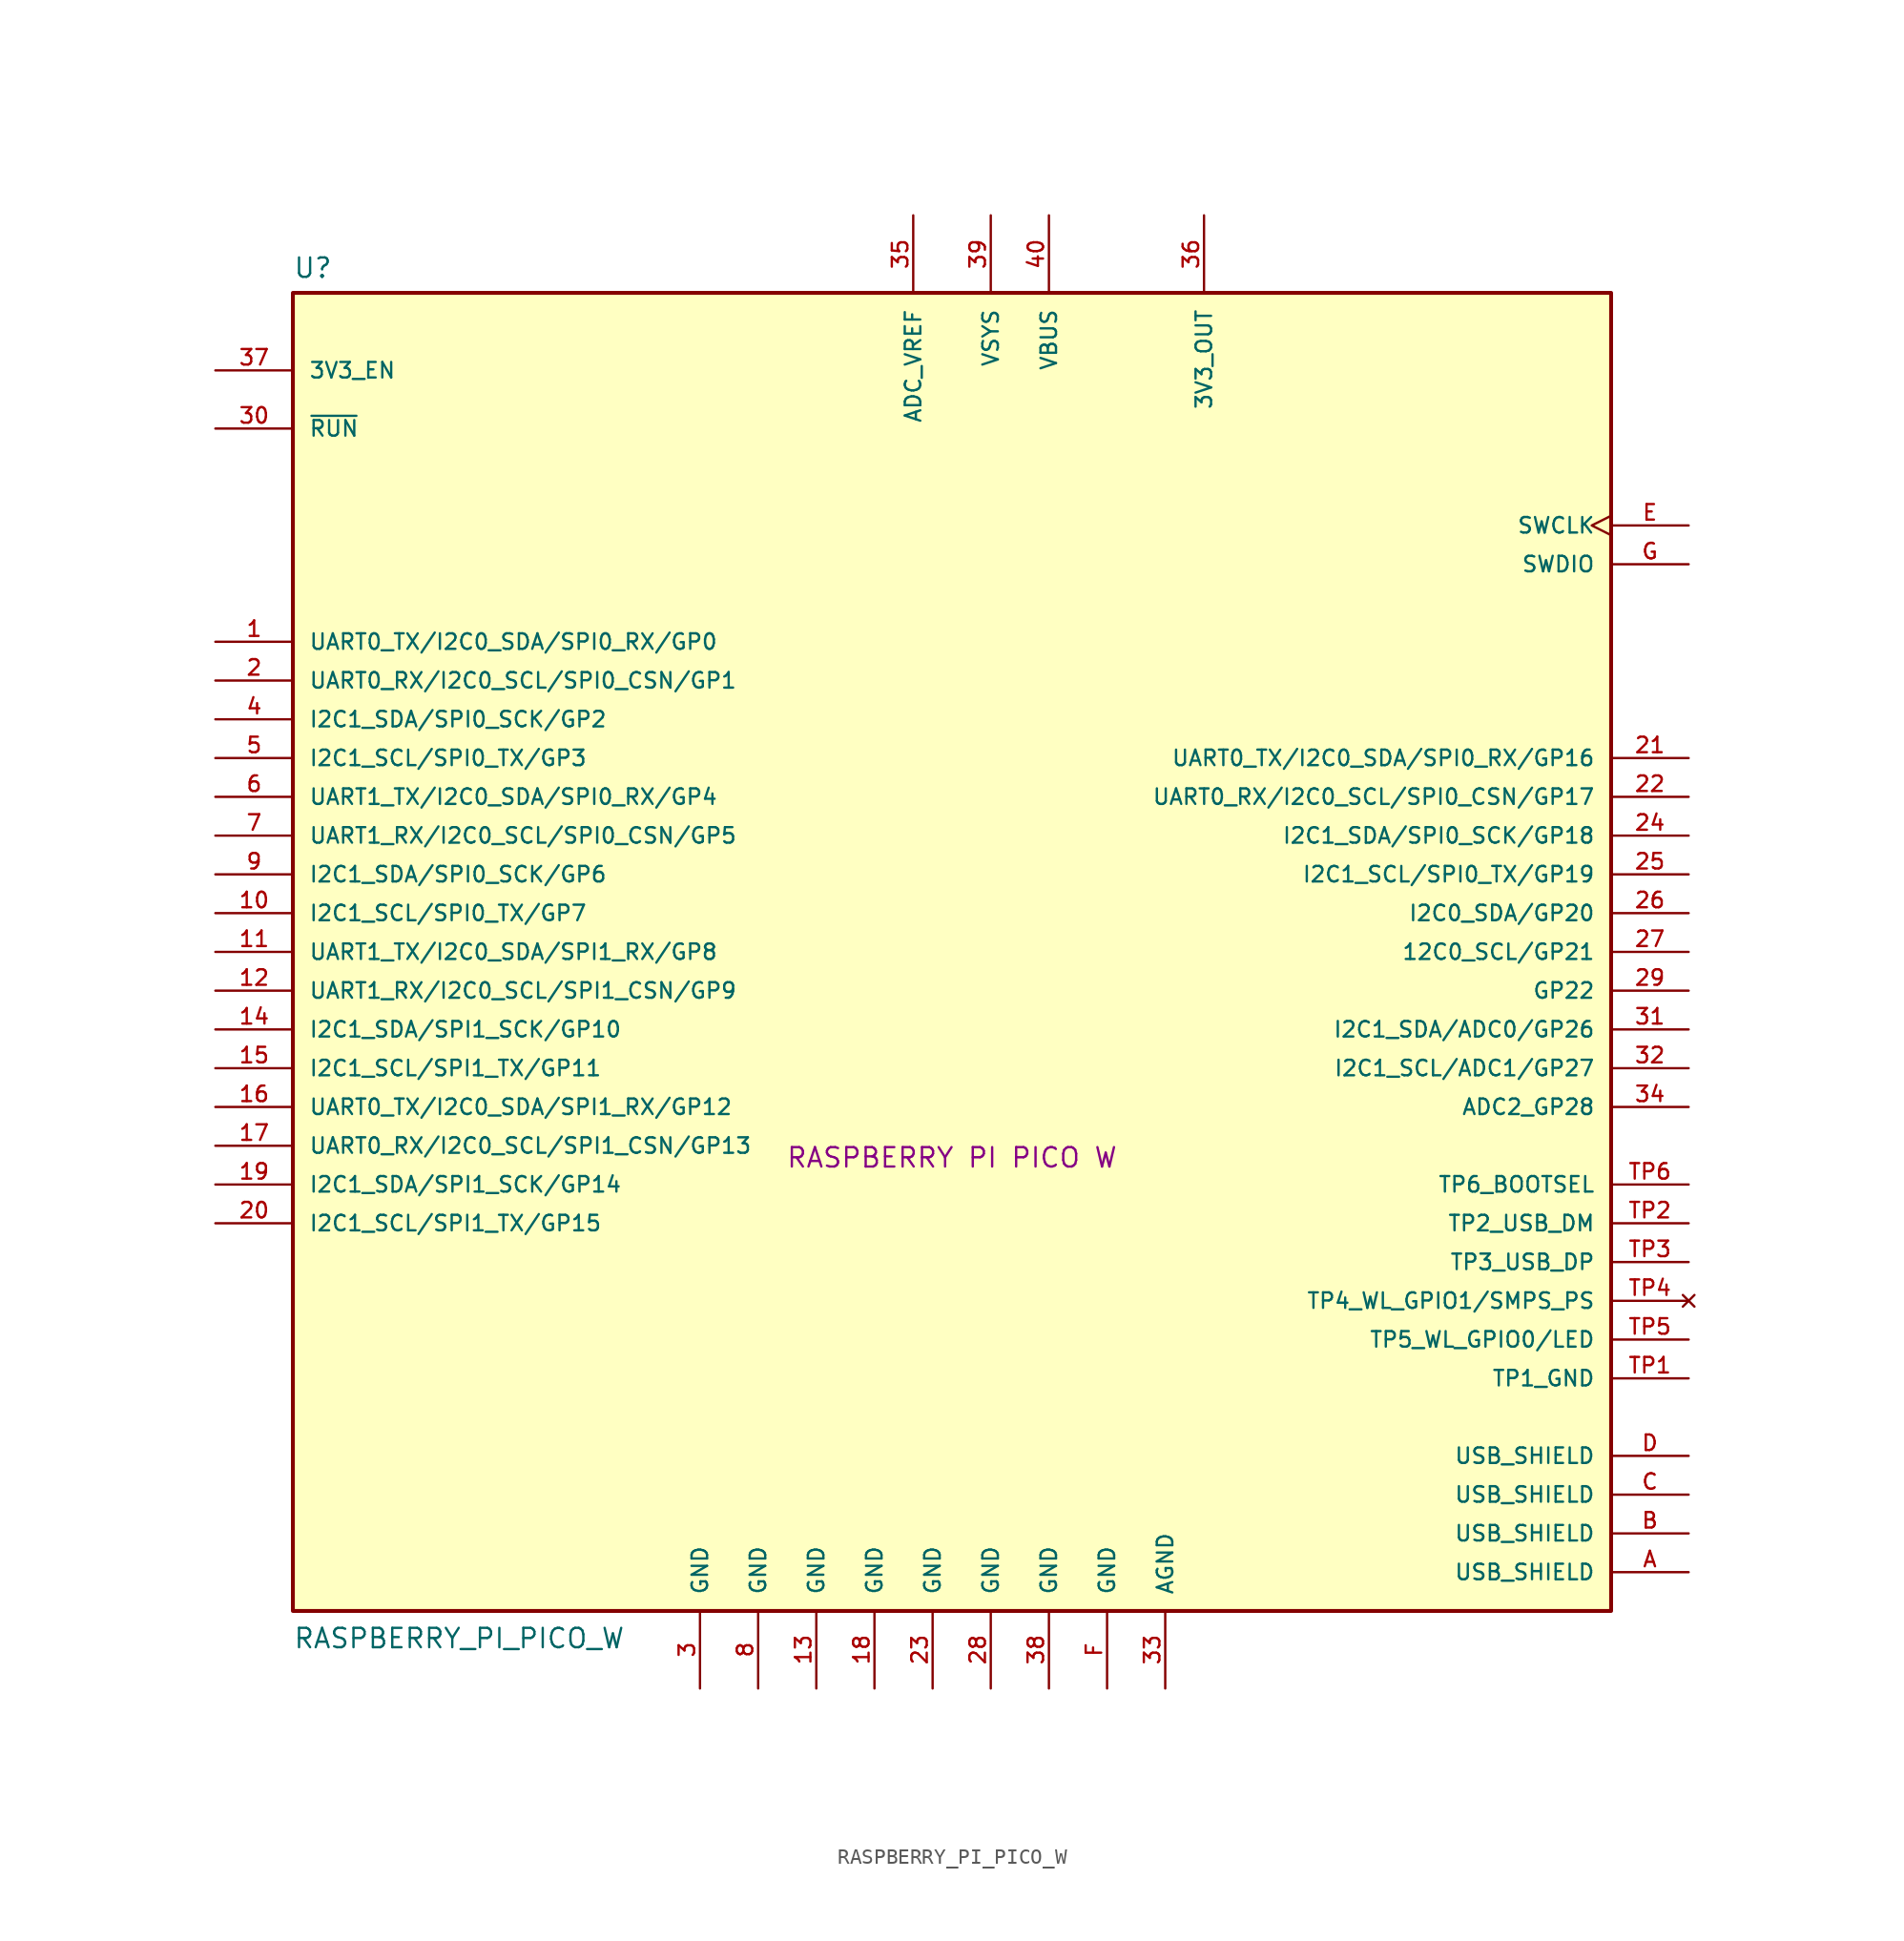
<source format=kicad_sym>
(kicad_symbol_lib
  (version 20231120)
  (generator "kicad_symbol_editor")
  (generator_version "8.0")
  (symbol "RASPBERRY_PI_PICO_W"
    (pin_names
      (offset 1.016))
    (property "Reference" "U"
      (at -43.18 44.069 0)
      (effects (font (size 1.27 1.27)) (justify left bottom)))
    (property "Value" "RASPBERRY_PI_PICO_W"
      (at -43.18 -45.72 0)
      (effects (font (size 1.27 1.27)) (justify left bottom)))
    (property "MP" "RASPBERRY PI PICO W"
      (at 0 -14.224 0)
      (effects (font (size 1.27 1.27)) (justify bottom)))
    (symbol "RASPBERRY_PI_PICO_W_0_0"
      (rectangle (start -43.18 43.18) (end 43.18 -43.18) (stroke (width 0.254) (type default)) (fill (type background)))
      (pin bidirectional line (at -48.26 20.32 0) (length 5.08) (name "UART0_TX/I2C0_SDA/SPI0_RX/GP0" (effects (font (size 1.016 1.016)))) (number "1" (effects (font (size 1.016 1.016)))))
      (pin bidirectional line (at -48.26 2.54 0) (length 5.08) (name "I2C1_SCL/SPI0_TX/GP7" (effects (font (size 1.016 1.016)))) (number "10" (effects (font (size 1.016 1.016)))))
      (pin bidirectional line (at -48.26 0 0) (length 5.08) (name "UART1_TX/I2C0_SDA/SPI1_RX/GP8" (effects (font (size 1.016 1.016)))) (number "11" (effects (font (size 1.016 1.016)))))
      (pin bidirectional line (at -48.26 -2.54 0) (length 5.08) (name "UART1_RX/I2C0_SCL/SPI1_CSN/GP9" (effects (font (size 1.016 1.016)))) (number "12" (effects (font (size 1.016 1.016)))))
      (pin power_in line (at -8.89 -48.26 90) (length 5.08) (name "GND" (effects (font (size 1.016 1.016)))) (number "13" (effects (font (size 1.016 1.016)))))
      (pin bidirectional line (at -48.26 -5.08 0) (length 5.08) (name "I2C1_SDA/SPI1_SCK/GP10" (effects (font (size 1.016 1.016)))) (number "14" (effects (font (size 1.016 1.016)))))
      (pin bidirectional line (at -48.26 -7.62 0) (length 5.08) (name "I2C1_SCL/SPI1_TX/GP11" (effects (font (size 1.016 1.016)))) (number "15" (effects (font (size 1.016 1.016)))))
      (pin bidirectional line (at -48.26 -10.16 0) (length 5.08) (name "UART0_TX/I2C0_SDA/SPI1_RX/GP12" (effects (font (size 1.016 1.016)))) (number "16" (effects (font (size 1.016 1.016)))))
      (pin bidirectional line (at -48.26 -12.7 0) (length 5.08) (name "UART0_RX/I2C0_SCL/SPI1_CSN/GP13" (effects (font (size 1.016 1.016)))) (number "17" (effects (font (size 1.016 1.016)))))
      (pin power_in line (at -5.08 -48.26 90) (length 5.08) (name "GND" (effects (font (size 1.016 1.016)))) (number "18" (effects (font (size 1.016 1.016)))))
      (pin bidirectional line (at -48.26 -15.24 0) (length 5.08) (name "I2C1_SDA/SPI1_SCK/GP14" (effects (font (size 1.016 1.016)))) (number "19" (effects (font (size 1.016 1.016)))))
      (pin bidirectional line (at -48.26 17.78 0) (length 5.08) (name "UART0_RX/I2C0_SCL/SPI0_CSN/GP1" (effects (font (size 1.016 1.016)))) (number "2" (effects (font (size 1.016 1.016)))))
      (pin bidirectional line (at -48.26 -17.78 0) (length 5.08) (name "I2C1_SCL/SPI1_TX/GP15" (effects (font (size 1.016 1.016)))) (number "20" (effects (font (size 1.016 1.016)))))
      (pin bidirectional line (at 48.26 12.7 180) (length 5.08) (name "UART0_TX/I2C0_SDA/SPI0_RX/GP16" (effects (font (size 1.016 1.016)))) (number "21" (effects (font (size 1.016 1.016)))))
      (pin bidirectional line (at 48.26 10.16 180) (length 5.08) (name "UART0_RX/I2C0_SCL/SPI0_CSN/GP17" (effects (font (size 1.016 1.016)))) (number "22" (effects (font (size 1.016 1.016)))))
      (pin power_in line (at -1.27 -48.26 90) (length 5.08) (name "GND" (effects (font (size 1.016 1.016)))) (number "23" (effects (font (size 1.016 1.016)))))
      (pin bidirectional line (at 48.26 7.62 180) (length 5.08) (name "I2C1_SDA/SPI0_SCK/GP18" (effects (font (size 1.016 1.016)))) (number "24" (effects (font (size 1.016 1.016)))))
      (pin bidirectional line (at 48.26 5.08 180) (length 5.08) (name "I2C1_SCL/SPI0_TX/GP19" (effects (font (size 1.016 1.016)))) (number "25" (effects (font (size 1.016 1.016)))))
      (pin bidirectional line (at 48.26 2.54 180) (length 5.08) (name "I2C0_SDA/GP20" (effects (font (size 1.016 1.016)))) (number "26" (effects (font (size 1.016 1.016)))))
      (pin bidirectional line (at 48.26 0 180) (length 5.08) (name "12C0_SCL/GP21" (effects (font (size 1.016 1.016)))) (number "27" (effects (font (size 1.016 1.016)))))
      (pin power_in line (at 2.54 -48.26 90) (length 5.08) (name "GND" (effects (font (size 1.016 1.016)))) (number "28" (effects (font (size 1.016 1.016)))))
      (pin bidirectional line (at 48.26 -2.54 180) (length 5.08) (name "GP22" (effects (font (size 1.016 1.016)))) (number "29" (effects (font (size 1.016 1.016)))))
      (pin power_in line (at -16.51 -48.26 90) (length 5.08) (name "GND" (effects (font (size 1.016 1.016)))) (number "3" (effects (font (size 1.016 1.016)))))
      (pin input line (at -48.26 34.29 0) (length 5.08) (name "~{RUN}" (effects (font (size 1.016 1.016)))) (number "30" (effects (font (size 1.016 1.016)))))
      (pin bidirectional line (at 48.26 -5.08 180) (length 5.08) (name "I2C1_SDA/ADC0/GP26" (effects (font (size 1.016 1.016)))) (number "31" (effects (font (size 1.016 1.016)))))
      (pin bidirectional line (at 48.26 -7.62 180) (length 5.08) (name "I2C1_SCL/ADC1/GP27" (effects (font (size 1.016 1.016)))) (number "32" (effects (font (size 1.016 1.016)))))
      (pin power_in line (at 13.97 -48.26 90) (length 5.08) (name "AGND" (effects (font (size 1.016 1.016)))) (number "33" (effects (font (size 1.016 1.016)))))
      (pin bidirectional line (at 48.26 -10.16 180) (length 5.08) (name "ADC2_GP28" (effects (font (size 1.016 1.016)))) (number "34" (effects (font (size 1.016 1.016)))))
      (pin power_in line (at -2.54 48.26 270) (length 5.08) (name "ADC_VREF" (effects (font (size 1.016 1.016)))) (number "35" (effects (font (size 1.016 1.016)))))
      (pin input line (at -48.26 38.1 0) (length 5.08) (name "3V3_EN" (effects (font (size 1.016 1.016)))) (number "37" (effects (font (size 1.016 1.016)))))
      (pin power_in line (at 6.35 -48.26 90) (length 5.08) (name "GND" (effects (font (size 1.016 1.016)))) (number "38" (effects (font (size 1.016 1.016)))))
      (pin power_in line (at 2.54 48.26 270) (length 5.08) (name "VSYS" (effects (font (size 1.016 1.016)))) (number "39" (effects (font (size 1.016 1.016)))))
      (pin bidirectional line (at -48.26 15.24 0) (length 5.08) (name "I2C1_SDA/SPI0_SCK/GP2" (effects (font (size 1.016 1.016)))) (number "4" (effects (font (size 1.016 1.016)))))
      (pin power_in line (at 6.35 48.26 270) (length 5.08) (name "VBUS" (effects (font (size 1.016 1.016)))) (number "40" (effects (font (size 1.016 1.016)))))
      (pin bidirectional line (at -48.26 12.7 0) (length 5.08) (name "I2C1_SCL/SPI0_TX/GP3" (effects (font (size 1.016 1.016)))) (number "5" (effects (font (size 1.016 1.016)))))
      (pin bidirectional line (at -48.26 10.16 0) (length 5.08) (name "UART1_TX/I2C0_SDA/SPI0_RX/GP4" (effects (font (size 1.016 1.016)))) (number "6" (effects (font (size 1.016 1.016)))))
      (pin bidirectional line (at -48.26 7.62 0) (length 5.08) (name "UART1_RX/I2C0_SCL/SPI0_CSN/GP5" (effects (font (size 1.016 1.016)))) (number "7" (effects (font (size 1.016 1.016)))))
      (pin power_in line (at -12.7 -48.26 90) (length 5.08) (name "GND" (effects (font (size 1.016 1.016)))) (number "8" (effects (font (size 1.016 1.016)))))
      (pin bidirectional line (at -48.26 5.08 0) (length 5.08) (name "I2C1_SDA/SPI0_SCK/GP6" (effects (font (size 1.016 1.016)))) (number "9" (effects (font (size 1.016 1.016)))))
      (pin power_in line (at 48.26 -40.64 180) (length 5.08) (name "USB_SHIELD" (effects (font (size 1.016 1.016)))) (number "A" (effects (font (size 1.016 1.016)))))
      (pin power_in line (at 48.26 -38.1 180) (length 5.08) (name "USB_SHIELD" (effects (font (size 1.016 1.016)))) (number "B" (effects (font (size 1.016 1.016)))))
      (pin power_in line (at 48.26 -35.56 180) (length 5.08) (name "USB_SHIELD" (effects (font (size 1.016 1.016)))) (number "C" (effects (font (size 1.016 1.016)))))
      (pin power_in line (at 48.26 -33.02 180) (length 5.08) (name "USB_SHIELD" (effects (font (size 1.016 1.016)))) (number "D" (effects (font (size 1.016 1.016)))))
      (pin input clock (at 48.26 27.94 180) (length 5.08) (name "SWCLK" (effects (font (size 1.016 1.016)))) (number "E" (effects (font (size 1.016 1.016)))))
      (pin power_in line (at 10.16 -48.26 90) (length 5.08) (name "GND" (effects (font (size 1.016 1.016)))) (number "F" (effects (font (size 1.016 1.016)))))
      (pin bidirectional line (at 48.26 25.4 180) (length 5.08) (name "SWDIO" (effects (font (size 1.016 1.016)))) (number "G" (effects (font (size 1.016 1.016)))))
      (pin power_in line (at 48.26 -27.94 180) (length 5.08) (name "TP1_GND" (effects (font (size 1.016 1.016)))) (number "TP1" (effects (font (size 1.016 1.016)))))
      (pin bidirectional line (at 48.26 -17.78 180) (length 5.08) (name "TP2_USB_DM" (effects (font (size 1.016 1.016)))) (number "TP2" (effects (font (size 1.016 1.016)))))
      (pin bidirectional line (at 48.26 -20.32 180) (length 5.08) (name "TP3_USB_DP" (effects (font (size 1.016 1.016)))) (number "TP3" (effects (font (size 1.016 1.016)))))
      (pin no_connect line (at 48.26 -22.86 180) (length 5.08) (name "TP4_WL_GPIO1/SMPS_PS" (effects (font (size 1.016 1.016)))) (number "TP4" (effects (font (size 1.016 1.016)))))
      (pin bidirectional line (at 48.26 -25.4 180) (length 5.08) (name "TP5_WL_GPIO0/LED" (effects (font (size 1.016 1.016)))) (number "TP5" (effects (font (size 1.016 1.016)))))
      (pin input line (at 48.26 -15.24 180) (length 5.08) (name "TP6_BOOTSEL" (effects (font (size 1.016 1.016)))) (number "TP6" (effects (font (size 1.016 1.016))))))
    (symbol "RASPBERRY_PI_PICO_W_1_0"
      (pin power_out line (at 16.51 48.26 270) (length 5.08) (name "3V3_OUT" (effects (font (size 1.016 1.016)))) (number "36" (effects (font (size 1.016 1.016))))))))
</source>
